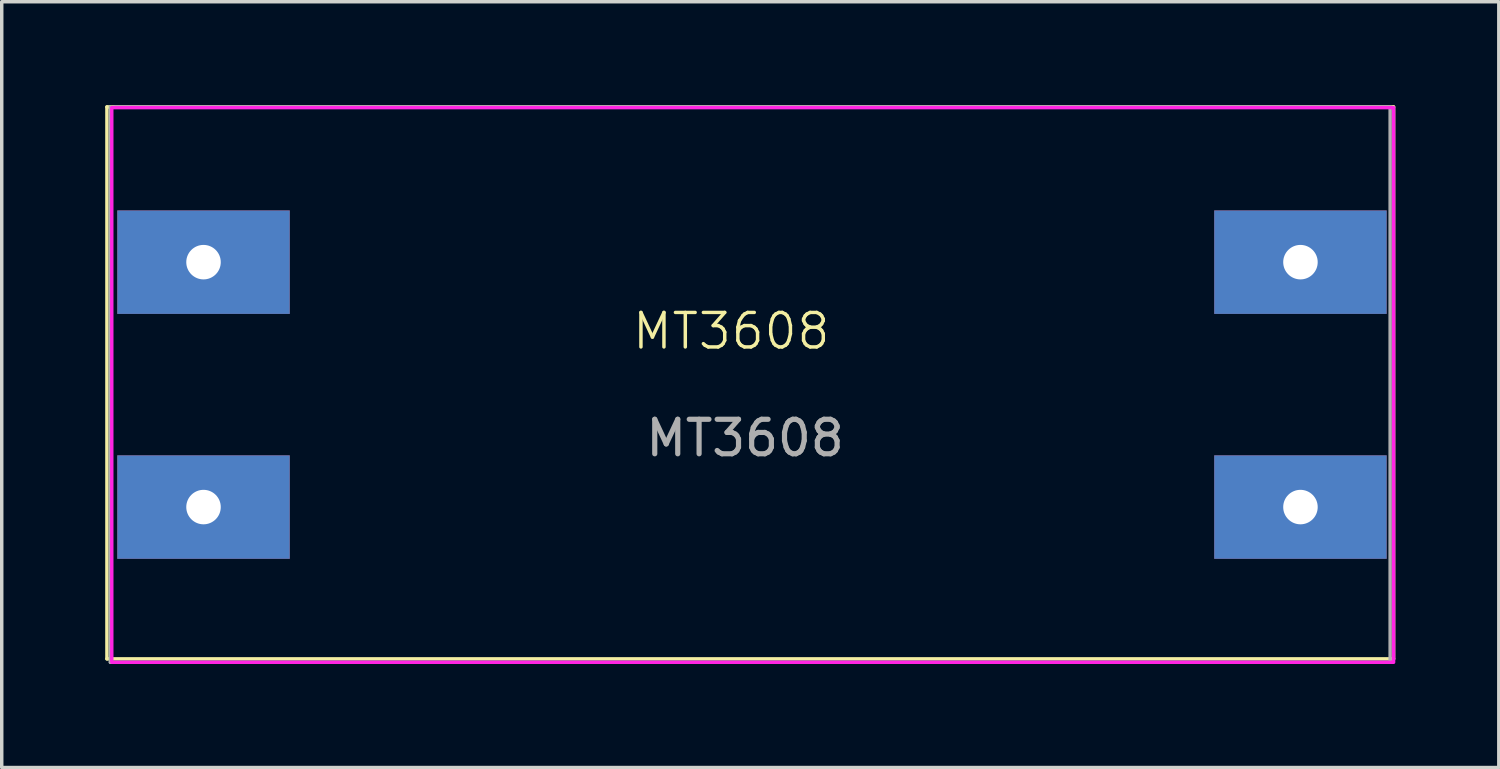
<source format=kicad_pcb>
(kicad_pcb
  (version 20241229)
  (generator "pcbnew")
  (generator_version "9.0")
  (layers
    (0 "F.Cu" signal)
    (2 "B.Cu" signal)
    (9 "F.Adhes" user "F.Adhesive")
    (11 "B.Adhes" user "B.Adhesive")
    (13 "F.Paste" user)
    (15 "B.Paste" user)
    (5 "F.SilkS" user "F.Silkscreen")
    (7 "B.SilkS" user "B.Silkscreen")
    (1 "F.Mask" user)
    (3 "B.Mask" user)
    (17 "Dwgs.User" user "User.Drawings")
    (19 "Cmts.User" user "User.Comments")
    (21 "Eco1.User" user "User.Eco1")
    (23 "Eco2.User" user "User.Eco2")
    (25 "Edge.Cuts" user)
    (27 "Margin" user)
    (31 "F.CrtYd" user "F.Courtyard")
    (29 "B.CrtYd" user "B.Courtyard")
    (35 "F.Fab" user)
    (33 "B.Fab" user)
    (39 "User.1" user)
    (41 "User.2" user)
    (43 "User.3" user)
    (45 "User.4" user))
  (footprint "MT3608"
    (layer "F.Cu")
    (at 18.15 7.95)
    (property "Reference" "MT3608" (at 0 -1.4 0) (unlocked yes) (layer "F.SilkS") (effects (font (size 1 1) (thickness 0.1))))
    (attr through_hole)
    (fp_line (start -18.1 -7.9) (end -17.9 -7.9) (stroke (width 0.1) (type default)) (layer "F.SilkS"))
    (fp_line (start -18.1 8.1) (end -18.1 -7.9) (stroke (width 0.1) (type default)) (layer "F.SilkS"))
    (fp_line (start -17.9 -7.9) (end 19.2 -7.9) (stroke (width 0.1) (type default)) (layer "F.SilkS"))
    (fp_line (start 19.2 -7.9) (end 19.2 8.1) (stroke (width 0.1) (type default)) (layer "F.SilkS"))
    (fp_line (start 19.2 8.1) (end -18.1 8.1) (stroke (width 0.1) (type default)) (layer "F.SilkS"))
    (fp_rect (start -17.96 -7.88) (end 19.2 8.2) (stroke (width 0.1) (type default)) (fill no) (layer "F.CrtYd"))
    (fp_line (start -18 8.2) (end -18 -7.9) (stroke (width 0.1) (type default)) (layer "F.Fab"))
    (fp_line (start -17.9 -7.9) (end 19.1 -7.9) (stroke (width 0.1) (type default)) (layer "F.Fab"))
    (fp_line (start 19.1 -7.9) (end 19.1 8.2) (stroke (width 0.1) (type default)) (layer "F.Fab"))
    (fp_line (start 19.1 8.2) (end -18 8.2) (stroke (width 0.1) (type default)) (layer "F.Fab"))
    (fp_text user "${REFERENCE}" (at 0.4 1.7 0) (unlocked yes) (layer "F.Fab") (effects (font (size 1 1) (thickness 0.15))))
    (pad "IN+" thru_hole rect (at 16.5 -3.4) (size 5 3) (drill 1) (layers "*.Cu" "*.Mask"))
    (pad "IN-" thru_hole rect (at 16.5 3.7) (size 5 3) (drill 1) (layers "*.Cu" "*.Mask"))
    (pad "OUT+" thru_hole rect (at -15.3 -3.4) (size 5 3) (drill 1) (layers "*.Cu" "*.Mask"))
    (pad "OUT-" thru_hole rect (at -15.3 3.7) (size 5 3) (drill 1) (layers "*.Cu" "*.Mask")))
  (gr_rect
    (start -3 -3)
    (end 40.4 19.2)
    (stroke (width 0.1) (type default))
    (fill no)
    (layer "Edge.Cuts")))
</source>
